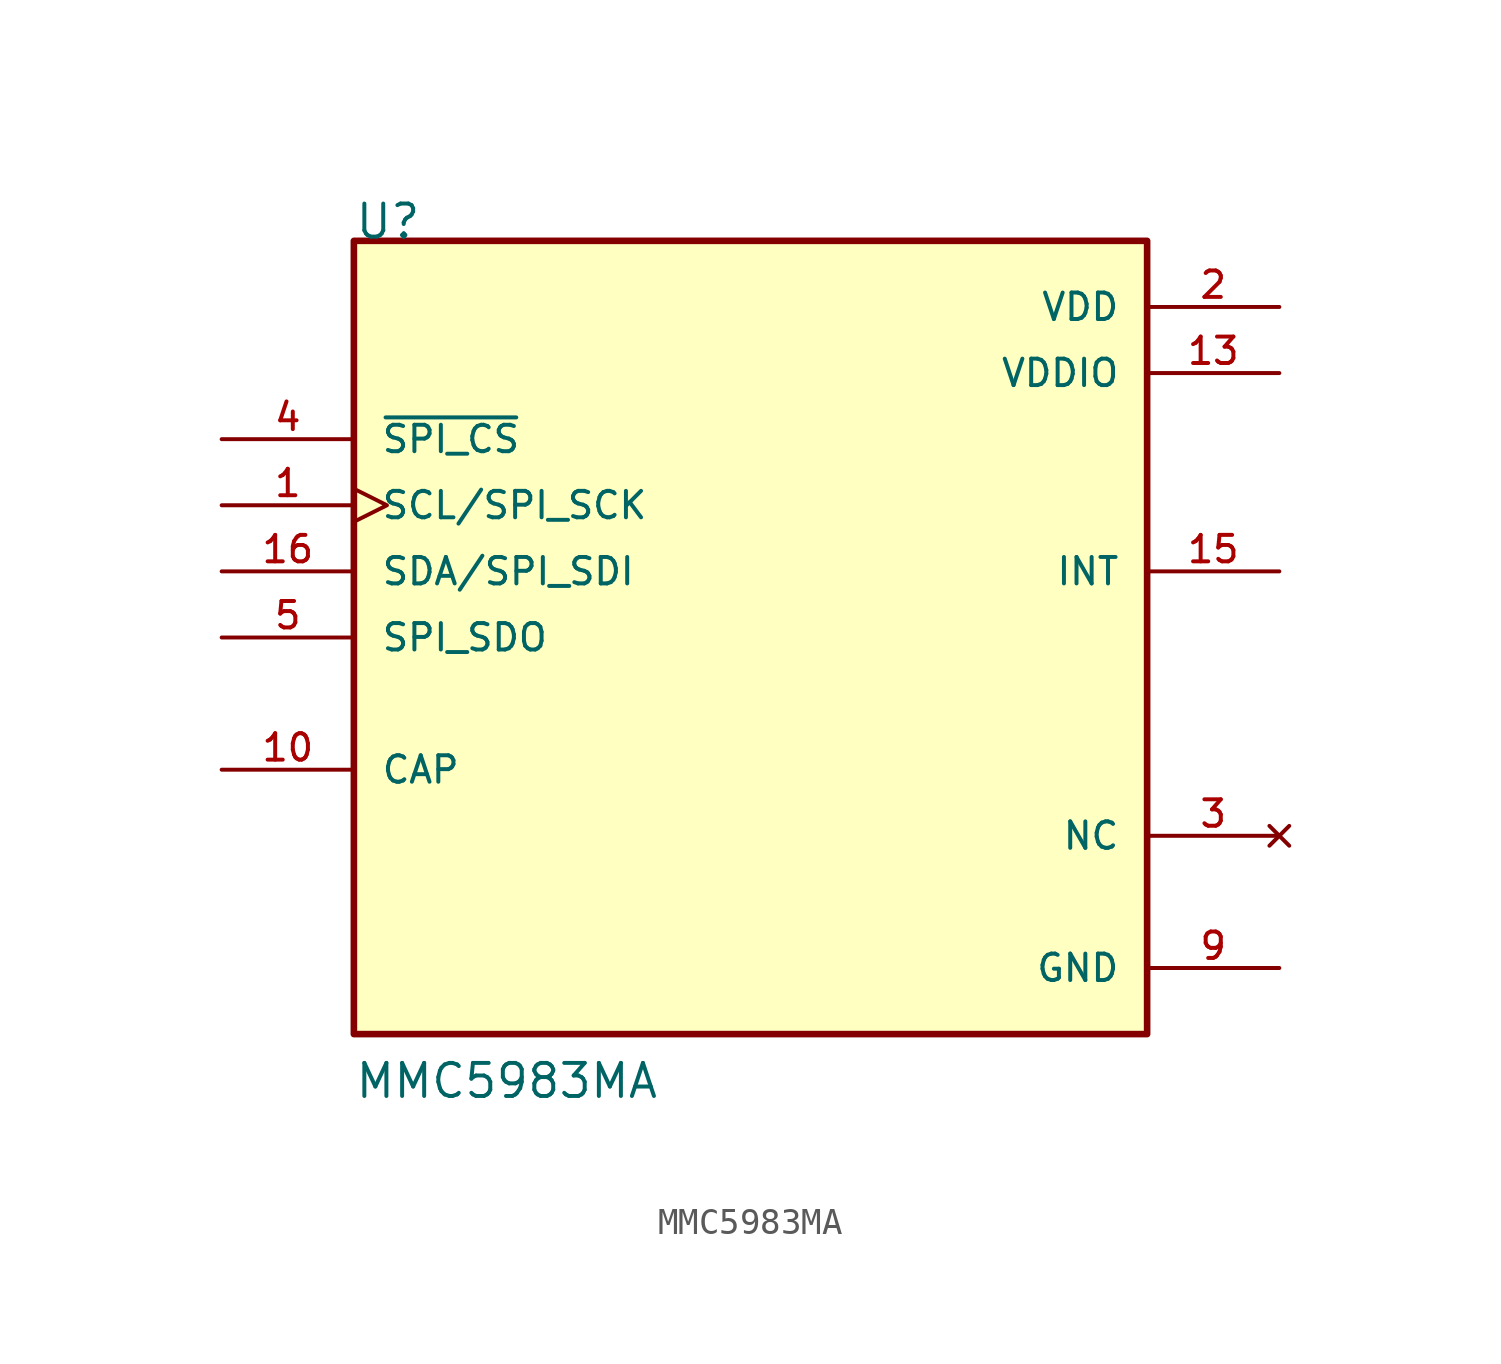
<source format=kicad_sym>
(kicad_symbol_lib
  (version 20211014)
  (generator kicad_symbol_editor)
  (symbol "MMC5983MA"
    (pin_names
      (offset 1.016))
    (property "Reference" "U"
      (at -15.24 15.24 0)
      (effects (font (size 1.27 1.27)) (justify bottom left)))
    (property "Value" "MMC5983MA"
      (at -15.24 -17.78 0)
      (effects (font (size 1.27 1.27)) (justify bottom left)))
    (symbol "MMC5983MA_0_0"
      (rectangle (start -15.24 -15.24) (end 15.24 15.24) (stroke (width 0.254)) (fill (type background)))
      (pin power_in line (at 20.32 12.7 180.0) (length 5.08) (name "VDD" (effects (font (size 1.016 1.016)))) (number "2" (effects (font (size 1.016 1.016)))))
      (pin input clock (at -20.32 5.08 0) (length 5.08) (name "SCL/SPI_SCK" (effects (font (size 1.016 1.016)))) (number "1" (effects (font (size 1.016 1.016)))))
      (pin bidirectional line (at -20.32 2.54 0) (length 5.08) (name "SDA/SPI_SDI" (effects (font (size 1.016 1.016)))) (number "16" (effects (font (size 1.016 1.016)))))
      (pin output line (at 20.32 2.54 180.0) (length 5.08) (name "INT" (effects (font (size 1.016 1.016)))) (number "15" (effects (font (size 1.016 1.016)))))
      (pin power_in line (at 20.32 10.16 180.0) (length 5.08) (name "VDDIO" (effects (font (size 1.016 1.016)))) (number "13" (effects (font (size 1.016 1.016)))))
      (pin passive line (at -20.32 -5.08 0) (length 5.08) (name "CAP" (effects (font (size 1.016 1.016)))) (number "10" (effects (font (size 1.016 1.016)))))
      (pin power_in line (at 20.32 -12.7 180.0) (length 5.08) (name "GND" (effects (font (size 1.016 1.016)))) (number "9" (effects (font (size 1.016 1.016)))))
      (pin power_in line (at 20.32 -12.7 180.0) (length 5.08) hide (name "GND" (effects (font (size 1.016 1.016)))) (number "11" (effects (font (size 1.016 1.016)))))
      (pin no_connect line (at 20.32 -7.62 180.0) (length 5.08) (name "NC" (effects (font (size 1.016 1.016)))) (number "3" (effects (font (size 1.016 1.016)))))
      (pin no_connect line (at 20.32 -7.62 180.0) (length 5.08) hide (name "NC" (effects (font (size 1.016 1.016)))) (number "6" (effects (font (size 1.016 1.016)))))
      (pin no_connect line (at 20.32 -7.62 180.0) (length 5.08) hide (name "NC" (effects (font (size 1.016 1.016)))) (number "7" (effects (font (size 1.016 1.016)))))
      (pin no_connect line (at 20.32 -7.62 180.0) (length 5.08) hide (name "NC" (effects (font (size 1.016 1.016)))) (number "8" (effects (font (size 1.016 1.016)))))
      (pin no_connect line (at 20.32 -7.62 180.0) (length 5.08) hide (name "NC" (effects (font (size 1.016 1.016)))) (number "12" (effects (font (size 1.016 1.016)))))
      (pin no_connect line (at 20.32 -7.62 180.0) (length 5.08) hide (name "NC" (effects (font (size 1.016 1.016)))) (number "14" (effects (font (size 1.016 1.016)))))
      (pin input line (at -20.32 7.62 0) (length 5.08) (name "~{SPI_CS}" (effects (font (size 1.016 1.016)))) (number "4" (effects (font (size 1.016 1.016)))))
      (pin output line (at -20.32 0.0 0) (length 5.08) (name "SPI_SDO" (effects (font (size 1.016 1.016)))) (number "5" (effects (font (size 1.016 1.016))))))))
</source>
